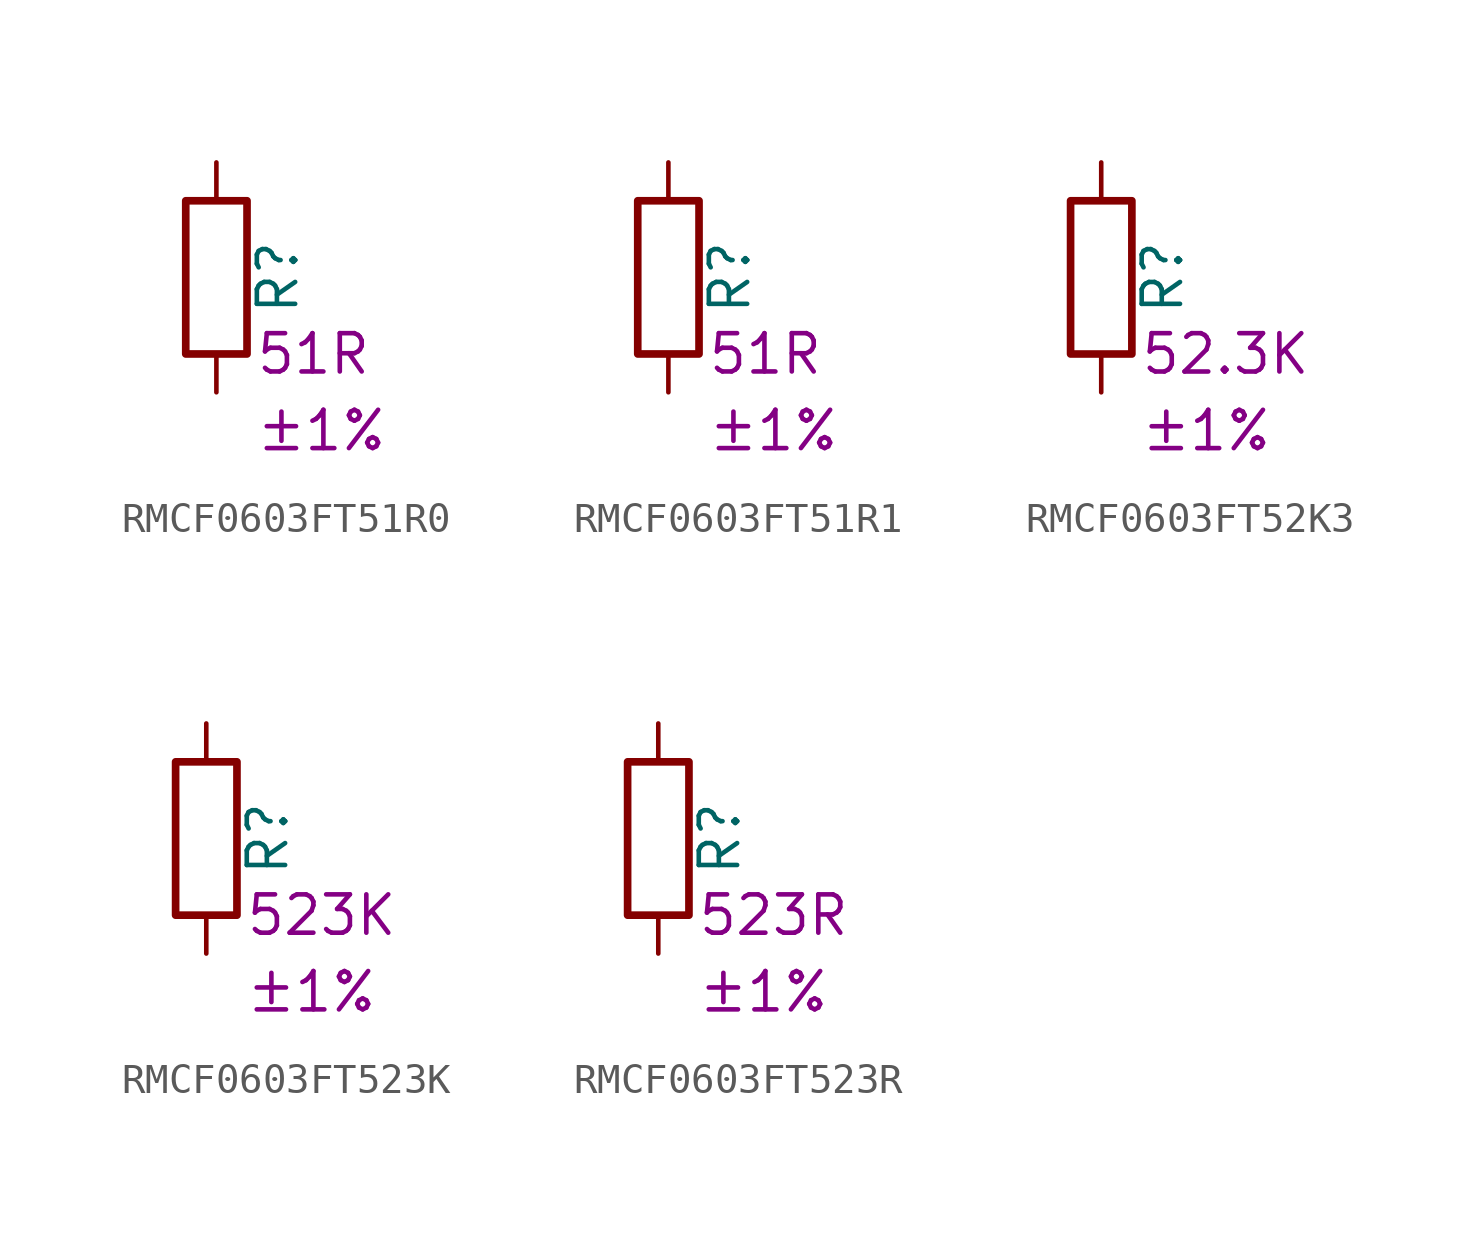
<source format=kicad_sym>
(kicad_symbol_lib
  (version 20220914)
  (generator kicad_symbol_editor)
  (symbol "RMCF0603FT51R0"
    (pin_numbers hide)
    (pin_names
      (offset 0))
    (property "Reference" "R"
      (at 2.032 0 90)
      (effects (font (size 1.27 1.27))))
    (property "Resistance" "51R"
      (at 1.27 -2.54 0)
      (effects (font (size 1.27 1.27)) (justify left)))
    (property "Tolerance" "±1%"
      (at 1.27 -5.08 0)
      (effects (font (size 1.27 1.27)) (justify left)))
    (symbol "RMCF0603FT51R0_0_1"
      (rectangle (start -1.016 -2.54) (end 1.016 2.54) (stroke (width 0.254) (type default)) (fill (type none))))
    (symbol "RMCF0603FT51R0_1_1"
      (pin passive line (at 0 3.81 270) (length 1.27) (name "~" (effects (font (size 1.27 1.27)))) (number "1" (effects (font (size 1.27 1.27)))))
      (pin passive line (at 0 -3.81 90) (length 1.27) (name "~" (effects (font (size 1.27 1.27)))) (number "2" (effects (font (size 1.27 1.27)))))))
  (symbol "RMCF0603FT51R1"
    (pin_numbers hide)
    (pin_names
      (offset 0))
    (property "Reference" "R"
      (at 2.032 0 90)
      (effects (font (size 1.27 1.27))))
    (property "Resistance" "51R"
      (at 1.27 -2.54 0)
      (effects (font (size 1.27 1.27)) (justify left)))
    (property "Tolerance" "±1%"
      (at 1.27 -5.08 0)
      (effects (font (size 1.27 1.27)) (justify left)))
    (symbol "RMCF0603FT51R1_0_1"
      (rectangle (start -1.016 -2.54) (end 1.016 2.54) (stroke (width 0.254) (type default)) (fill (type none))))
    (symbol "RMCF0603FT51R1_1_1"
      (pin passive line (at 0 3.81 270) (length 1.27) (name "~" (effects (font (size 1.27 1.27)))) (number "1" (effects (font (size 1.27 1.27)))))
      (pin passive line (at 0 -3.81 90) (length 1.27) (name "~" (effects (font (size 1.27 1.27)))) (number "2" (effects (font (size 1.27 1.27)))))))
  (symbol "RMCF0603FT52K3"
    (pin_numbers hide)
    (pin_names
      (offset 0))
    (property "Reference" "R"
      (at 2.032 0 90)
      (effects (font (size 1.27 1.27))))
    (property "Resistance" "52.3K"
      (at 1.27 -2.54 0)
      (effects (font (size 1.27 1.27)) (justify left)))
    (property "Tolerance" "±1%"
      (at 1.27 -5.08 0)
      (effects (font (size 1.27 1.27)) (justify left)))
    (symbol "RMCF0603FT52K3_0_1"
      (rectangle (start -1.016 -2.54) (end 1.016 2.54) (stroke (width 0.254) (type default)) (fill (type none))))
    (symbol "RMCF0603FT52K3_1_1"
      (pin passive line (at 0 3.81 270) (length 1.27) (name "~" (effects (font (size 1.27 1.27)))) (number "1" (effects (font (size 1.27 1.27)))))
      (pin passive line (at 0 -3.81 90) (length 1.27) (name "~" (effects (font (size 1.27 1.27)))) (number "2" (effects (font (size 1.27 1.27)))))))
  (symbol "RMCF0603FT523K"
    (pin_numbers hide)
    (pin_names
      (offset 0))
    (property "Reference" "R"
      (at 2.032 0 90)
      (effects (font (size 1.27 1.27))))
    (property "Resistance" "523K"
      (at 1.27 -2.54 0)
      (effects (font (size 1.27 1.27)) (justify left)))
    (property "Tolerance" "±1%"
      (at 1.27 -5.08 0)
      (effects (font (size 1.27 1.27)) (justify left)))
    (symbol "RMCF0603FT523K_0_1"
      (rectangle (start -1.016 -2.54) (end 1.016 2.54) (stroke (width 0.254) (type default)) (fill (type none))))
    (symbol "RMCF0603FT523K_1_1"
      (pin passive line (at 0 3.81 270) (length 1.27) (name "~" (effects (font (size 1.27 1.27)))) (number "1" (effects (font (size 1.27 1.27)))))
      (pin passive line (at 0 -3.81 90) (length 1.27) (name "~" (effects (font (size 1.27 1.27)))) (number "2" (effects (font (size 1.27 1.27)))))))
  (symbol "RMCF0603FT523R"
    (pin_numbers hide)
    (pin_names
      (offset 0))
    (property "Reference" "R"
      (at 2.032 0 90)
      (effects (font (size 1.27 1.27))))
    (property "Resistance" "523R"
      (at 1.27 -2.54 0)
      (effects (font (size 1.27 1.27)) (justify left)))
    (property "Tolerance" "±1%"
      (at 1.27 -5.08 0)
      (effects (font (size 1.27 1.27)) (justify left)))
    (symbol "RMCF0603FT523R_0_1"
      (rectangle (start -1.016 -2.54) (end 1.016 2.54) (stroke (width 0.254) (type default)) (fill (type none))))
    (symbol "RMCF0603FT523R_1_1"
      (pin passive line (at 0 3.81 270) (length 1.27) (name "~" (effects (font (size 1.27 1.27)))) (number "1" (effects (font (size 1.27 1.27)))))
      (pin passive line (at 0 -3.81 90) (length 1.27) (name "~" (effects (font (size 1.27 1.27)))) (number "2" (effects (font (size 1.27 1.27))))))))
</source>
